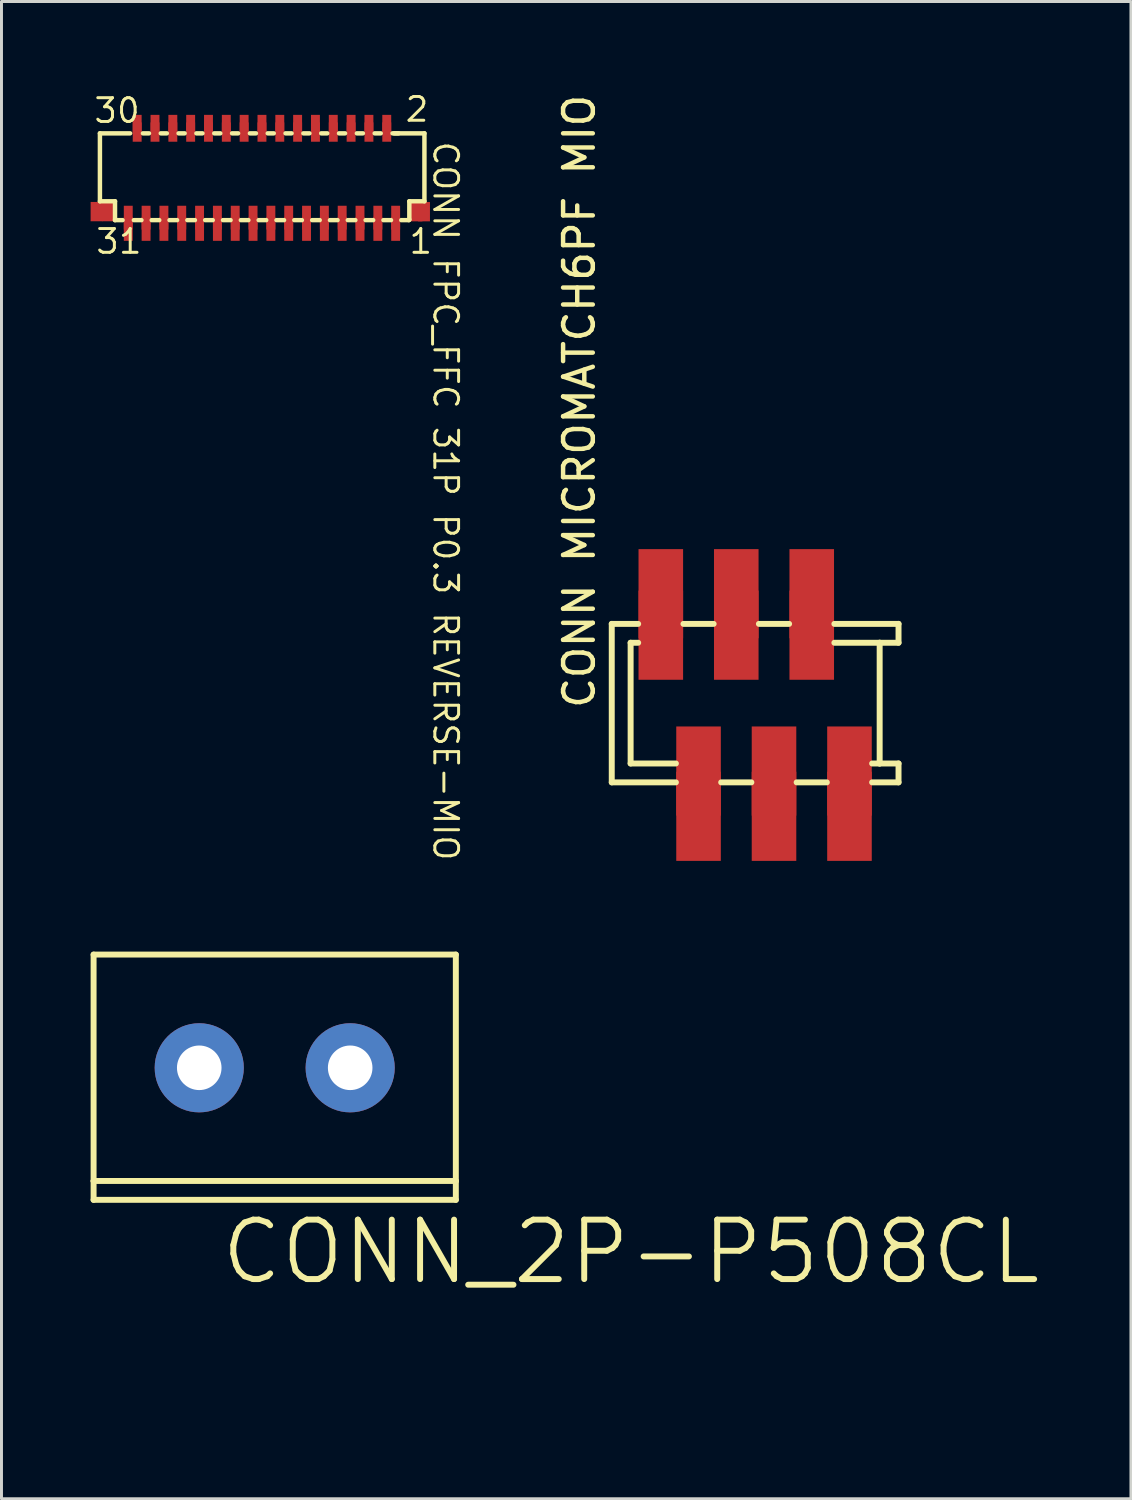
<source format=kicad_pcb>
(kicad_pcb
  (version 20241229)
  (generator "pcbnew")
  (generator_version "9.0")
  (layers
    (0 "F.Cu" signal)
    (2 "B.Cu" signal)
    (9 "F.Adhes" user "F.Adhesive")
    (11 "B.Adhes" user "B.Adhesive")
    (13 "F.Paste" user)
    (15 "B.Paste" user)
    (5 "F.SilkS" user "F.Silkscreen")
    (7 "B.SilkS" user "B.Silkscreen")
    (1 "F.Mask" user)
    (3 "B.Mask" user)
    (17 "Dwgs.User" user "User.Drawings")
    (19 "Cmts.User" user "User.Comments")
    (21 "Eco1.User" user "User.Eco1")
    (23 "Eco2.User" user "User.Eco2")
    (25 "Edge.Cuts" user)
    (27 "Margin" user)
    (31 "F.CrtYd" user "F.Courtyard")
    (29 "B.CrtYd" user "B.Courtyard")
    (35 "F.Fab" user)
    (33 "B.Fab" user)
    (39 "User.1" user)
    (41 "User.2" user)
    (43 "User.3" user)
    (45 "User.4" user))
  (footprint "CONN_2P-P508CL"
    (layer "F.Cu")
    (at 3.656 32.889)
    (property "Reference" "CONN_2P-P508CL" (at 0.635 7.366 0) (unlocked yes) (layer "F.SilkS") (effects (font (size 2 2) (thickness 0.2)) (justify left bottom)))
    (fp_line (start -3.556 -3.81) (end 8.636 -3.81) (stroke (width 0.2) (type solid)) (layer "F.SilkS"))
    (fp_line (start -3.556 3.81) (end -3.556 -3.81) (stroke (width 0.2) (type solid)) (layer "F.SilkS"))
    (fp_line (start -3.556 3.81) (end 8.636 3.81) (stroke (width 0.2) (type solid)) (layer "F.SilkS"))
    (fp_line (start -3.556 4.445) (end -3.556 3.81) (stroke (width 0.2) (type solid)) (layer "F.SilkS"))
    (fp_line (start -3.556 4.445) (end 8.636 4.445) (stroke (width 0.2) (type solid)) (layer "F.SilkS"))
    (fp_line (start 8.636 3.81) (end 8.636 -3.81) (stroke (width 0.2) (type solid)) (layer "F.SilkS"))
    (fp_line (start 8.636 4.445) (end 8.636 3.81) (stroke (width 0.2) (type solid)) (layer "F.SilkS"))
    (fp_line (start -3.556 -3.81) (end 8.636 -3.81) (stroke (width 0.15) (type solid)) (layer "User.2"))
    (fp_line (start -3.556 4.318) (end -3.556 -3.81) (stroke (width 0.15) (type solid)) (layer "User.2"))
    (fp_line (start -3.556 10.16) (end 8.636 10.16) (stroke (width 0.15) (type solid)) (layer "User.2"))
    (fp_line (start -3.556 11.43) (end -3.556 4.318) (stroke (width 0.15) (type solid)) (layer "User.2"))
    (fp_line (start -3.556 11.43) (end 8.636 11.43) (stroke (width 0.15) (type solid)) (layer "User.2"))
    (fp_line (start 8.636 11.43) (end 8.636 -3.81) (stroke (width 0.15) (type solid)) (layer "User.2"))
    (fp_rect (start -1.397 1.397) (end 1.397 -1.397) (stroke (width 0.1) (type default)) (fill no) (layer "User.2"))
    (fp_rect (start 3.683 1.397) (end 6.477 -1.397) (stroke (width 0.1) (type default)) (fill no) (layer "User.2"))
    (fp_poly (pts (xy -0.762 10.16) (xy 0.635 10.16) (xy 0.635 11.43)) (stroke (width 0.1) (type default)) (fill no) (layer "User.2"))
    (fp_poly (pts (xy 4.318 10.16) (xy 5.715 10.16) (xy 5.715 11.43)) (stroke (width 0.1) (type default)) (fill no) (layer "User.2"))
    (pad "1" thru_hole circle (at 0 0) (size 3 3) (drill 1.5) (layers "*.Cu" "*.Mask"))
    (pad "2" thru_hole circle (at 5.08 0) (size 3 3) (drill 1.5) (layers "*.Cu" "*.Mask")))
  (footprint "CONN FPC_FFC 31P P0.3 REVERSE-MIO"
    (layer "F.Cu")
    (at 10.267 4.275)
    (property "Reference" "CONN FPC_FFC 31P P0.3 REVERSE-MIO" (at 1.215 -2.626 270) (unlocked yes) (layer "F.SilkS") (effects (font (size 0.8 0.8) (thickness 0.1)) (justify left bottom)))
    (fp_line (start -9.954 -2.837) (end -9.954 -0.551) (stroke (width 0.15) (type solid)) (layer "F.SilkS"))
    (fp_line (start -9.954 -2.837) (end -8.938 -2.837) (stroke (width 0.15) (type solid)) (layer "F.SilkS"))
    (fp_line (start -9.954 -0.551) (end -9.446 -0.551) (stroke (width 0.15) (type solid)) (layer "F.SilkS"))
    (fp_line (start -9.446 -0.551) (end -9.446 0.084) (stroke (width 0.15) (type solid)) (layer "F.SilkS"))
    (fp_line (start -9.446 0.084) (end -9.192 0.084) (stroke (width 0.15) (type solid)) (layer "F.SilkS"))
    (fp_line (start -8.811 0.084) (end -8.557 0.084) (stroke (width 0.15) (type solid)) (layer "F.SilkS"))
    (fp_line (start -8.506 -2.837) (end -8.303 -2.837) (stroke (width 0.15) (type solid)) (layer "F.SilkS"))
    (fp_line (start -8.211 0.084) (end -7.957 0.084) (stroke (width 0.15) (type solid)) (layer "F.SilkS"))
    (fp_line (start -7.906 -2.837) (end -7.703 -2.837) (stroke (width 0.15) (type solid)) (layer "F.SilkS"))
    (fp_line (start -7.611 0.084) (end -7.357 0.084) (stroke (width 0.15) (type solid)) (layer "F.SilkS"))
    (fp_line (start -7.306 -2.837) (end -7.103 -2.837) (stroke (width 0.15) (type solid)) (layer "F.SilkS"))
    (fp_line (start -7.011 0.084) (end -6.757 0.084) (stroke (width 0.15) (type solid)) (layer "F.SilkS"))
    (fp_line (start -6.706 -2.837) (end -6.503 -2.837) (stroke (width 0.15) (type solid)) (layer "F.SilkS"))
    (fp_line (start -6.411 0.084) (end -6.157 0.084) (stroke (width 0.15) (type solid)) (layer "F.SilkS"))
    (fp_line (start -6.106 -2.837) (end -5.903 -2.837) (stroke (width 0.15) (type solid)) (layer "F.SilkS"))
    (fp_line (start -5.811 0.084) (end -5.557 0.084) (stroke (width 0.15) (type solid)) (layer "F.SilkS"))
    (fp_line (start -5.506 -2.837) (end -5.303 -2.837) (stroke (width 0.15) (type solid)) (layer "F.SilkS"))
    (fp_line (start -5.211 0.084) (end -4.957 0.084) (stroke (width 0.15) (type solid)) (layer "F.SilkS"))
    (fp_line (start -4.906 -2.837) (end -4.703 -2.837) (stroke (width 0.15) (type solid)) (layer "F.SilkS"))
    (fp_line (start -4.611 0.084) (end -4.357 0.084) (stroke (width 0.15) (type solid)) (layer "F.SilkS"))
    (fp_line (start -4.306 -2.837) (end -4.103 -2.837) (stroke (width 0.15) (type solid)) (layer "F.SilkS"))
    (fp_line (start -4.011 0.084) (end -3.757 0.084) (stroke (width 0.15) (type solid)) (layer "F.SilkS"))
    (fp_line (start -3.706 -2.837) (end -3.503 -2.837) (stroke (width 0.15) (type solid)) (layer "F.SilkS"))
    (fp_line (start -3.411 0.084) (end -3.157 0.084) (stroke (width 0.15) (type solid)) (layer "F.SilkS"))
    (fp_line (start -3.106 -2.837) (end -2.903 -2.837) (stroke (width 0.15) (type solid)) (layer "F.SilkS"))
    (fp_line (start -2.811 0.084) (end -2.557 0.084) (stroke (width 0.15) (type solid)) (layer "F.SilkS"))
    (fp_line (start -2.506 -2.837) (end -2.303 -2.837) (stroke (width 0.15) (type solid)) (layer "F.SilkS"))
    (fp_line (start -2.211 0.084) (end -1.957 0.084) (stroke (width 0.15) (type solid)) (layer "F.SilkS"))
    (fp_line (start -1.906 -2.837) (end -1.703 -2.837) (stroke (width 0.15) (type solid)) (layer "F.SilkS"))
    (fp_line (start -1.611 0.084) (end -1.357 0.084) (stroke (width 0.15) (type solid)) (layer "F.SilkS"))
    (fp_line (start -1.306 -2.837) (end -1.103 -2.837) (stroke (width 0.15) (type solid)) (layer "F.SilkS"))
    (fp_line (start -1.011 0.084) (end -0.757 0.084) (stroke (width 0.15) (type solid)) (layer "F.SilkS"))
    (fp_line (start -0.706 -2.837) (end -0.503 -2.837) (stroke (width 0.15) (type solid)) (layer "F.SilkS"))
    (fp_line (start -0.411 0.084) (end -0.157 0.084) (stroke (width 0.15) (type solid)) (layer "F.SilkS"))
    (fp_line (start -0.106 -2.837) (end 0.097 -2.837) (stroke (width 0.15) (type solid)) (layer "F.SilkS"))
    (fp_line (start -0.048 -2.837) (end 0.968 -2.837) (stroke (width 0.15) (type solid)) (layer "F.SilkS"))
    (fp_line (start 0.189 0.084) (end 0.443 0.084) (stroke (width 0.15) (type solid)) (layer "F.SilkS"))
    (fp_line (start 0.46 -0.551) (end 0.46 0.067) (stroke (width 0.15) (type solid)) (layer "F.SilkS"))
    (fp_line (start 0.46 -0.551) (end 0.968 -0.551) (stroke (width 0.15) (type solid)) (layer "F.SilkS"))
    (fp_line (start 0.46 0.067) (end 0.443 0.084) (stroke (width 0.15) (type solid)) (layer "F.SilkS"))
    (fp_line (start 0.968 -2.837) (end 0.968 -0.551) (stroke (width 0.15) (type solid)) (layer "F.SilkS"))
    (fp_text user "1" (at 0.398 1.27 0) (unlocked yes) (layer "F.SilkS") (effects (font (size 0.8 0.8) (thickness 0.1)) (justify left bottom)))
    (fp_text user "2" (at 0.271 -3.175 0) (unlocked yes) (layer "F.SilkS") (effects (font (size 0.8 0.8) (thickness 0.1)) (justify left bottom)))
    (fp_text user "31" (at -10.143 1.27 0) (unlocked yes) (layer "F.SilkS") (effects (font (size 0.8 0.8) (thickness 0.1)) (justify left bottom)))
    (fp_text user "30" (at -10.206 -3.134 0) (unlocked yes) (layer "F.SilkS") (effects (font (size 0.8 0.8) (thickness 0.1)) (justify left bottom)))
    (pad "0" smd rect (at -10.067 -0.203 90) (size 0.65 0.4) (layers "F.Cu" "F.Mask" "F.Paste"))
    (pad "0" smd rect (at -9.686 -0.203 90) (size 0.65 0.4) (layers "F.Cu" "F.Mask" "F.Paste"))
    (pad "0" smd rect (at 0.7 -0.2 90) (size 0.65 0.4) (layers "F.Cu" "F.Mask" "F.Paste"))
    (pad "0" smd rect (at 0.954 -0.2 90) (size 0.65 0.4) (layers "F.Cu" "F.Mask" "F.Paste"))
    (pad "1" smd rect (at 0 0 90) (size 0.8 0.3) (layers "F.Cu" "F.Mask" "F.Paste"))
    (pad "1" smd rect (at 0 0.381 90) (size 0.8 0.3) (layers "F.Cu" "F.Mask" "F.Paste"))
    (pad "2" smd rect (at -0.3 -3.134 90) (size 0.65 0.3) (layers "F.Cu" "F.Mask" "F.Paste"))
    (pad "2" smd rect (at -0.3 -2.88 90) (size 0.65 0.3) (layers "F.Cu" "F.Mask" "F.Paste"))
    (pad "3" smd rect (at -0.6 0 90) (size 0.8 0.3) (layers "F.Cu" "F.Mask" "F.Paste"))
    (pad "3" smd rect (at -0.6 0.381 90) (size 0.8 0.3) (layers "F.Cu" "F.Mask" "F.Paste"))
    (pad "4" smd rect (at -0.9 -3.134 90) (size 0.65 0.3) (layers "F.Cu" "F.Mask" "F.Paste"))
    (pad "4" smd rect (at -0.9 -2.88 90) (size 0.65 0.3) (layers "F.Cu" "F.Mask" "F.Paste"))
    (pad "5" smd rect (at -1.2 0 90) (size 0.8 0.3) (layers "F.Cu" "F.Mask" "F.Paste"))
    (pad "5" smd rect (at -1.2 0.381 90) (size 0.8 0.3) (layers "F.Cu" "F.Mask" "F.Paste"))
    (pad "6" smd rect (at -1.5 -3.134 90) (size 0.65 0.3) (layers "F.Cu" "F.Mask" "F.Paste"))
    (pad "6" smd rect (at -1.5 -2.88 90) (size 0.65 0.3) (layers "F.Cu" "F.Mask" "F.Paste"))
    (pad "7" smd rect (at -1.8 0 90) (size 0.8 0.3) (layers "F.Cu" "F.Mask" "F.Paste"))
    (pad "7" smd rect (at -1.8 0.381 90) (size 0.8 0.3) (layers "F.Cu" "F.Mask" "F.Paste"))
    (pad "8" smd rect (at -2.1 -3.134 90) (size 0.65 0.3) (layers "F.Cu" "F.Mask" "F.Paste"))
    (pad "8" smd rect (at -2.1 -2.88 90) (size 0.65 0.3) (layers "F.Cu" "F.Mask" "F.Paste"))
    (pad "9" smd rect (at -2.4 0 90) (size 0.8 0.3) (layers "F.Cu" "F.Mask" "F.Paste"))
    (pad "9" smd rect (at -2.4 0.381 90) (size 0.8 0.3) (layers "F.Cu" "F.Mask" "F.Paste"))
    (pad "10" smd rect (at -2.7 -3.134 90) (size 0.65 0.3) (layers "F.Cu" "F.Mask" "F.Paste"))
    (pad "10" smd rect (at -2.7 -2.88 90) (size 0.65 0.3) (layers "F.Cu" "F.Mask" "F.Paste"))
    (pad "11" smd rect (at -3 0 90) (size 0.8 0.3) (layers "F.Cu" "F.Mask" "F.Paste"))
    (pad "11" smd rect (at -3 0.381 90) (size 0.8 0.3) (layers "F.Cu" "F.Mask" "F.Paste"))
    (pad "12" smd rect (at -3.3 -3.134 90) (size 0.65 0.3) (layers "F.Cu" "F.Mask" "F.Paste"))
    (pad "12" smd rect (at -3.3 -2.88 90) (size 0.65 0.3) (layers "F.Cu" "F.Mask" "F.Paste"))
    (pad "13" smd rect (at -3.6 0 90) (size 0.8 0.3) (layers "F.Cu" "F.Mask" "F.Paste"))
    (pad "13" smd rect (at -3.6 0.381 90) (size 0.8 0.3) (layers "F.Cu" "F.Mask" "F.Paste"))
    (pad "14" smd rect (at -3.9 -3.134 90) (size 0.65 0.3) (layers "F.Cu" "F.Mask" "F.Paste"))
    (pad "14" smd rect (at -3.9 -2.88 90) (size 0.65 0.3) (layers "F.Cu" "F.Mask" "F.Paste"))
    (pad "15" smd rect (at -4.2 0 90) (size 0.8 0.3) (layers "F.Cu" "F.Mask" "F.Paste"))
    (pad "15" smd rect (at -4.2 0.381 90) (size 0.8 0.3) (layers "F.Cu" "F.Mask" "F.Paste"))
    (pad "16" smd rect (at -4.5 -3.134 90) (size 0.65 0.3) (layers "F.Cu" "F.Mask" "F.Paste"))
    (pad "16" smd rect (at -4.5 -2.88 90) (size 0.65 0.3) (layers "F.Cu" "F.Mask" "F.Paste"))
    (pad "17" smd rect (at -4.8 0 90) (size 0.8 0.3) (layers "F.Cu" "F.Mask" "F.Paste"))
    (pad "17" smd rect (at -4.8 0.381 90) (size 0.8 0.3) (layers "F.Cu" "F.Mask" "F.Paste"))
    (pad "18" smd rect (at -5.1 -3.134 90) (size 0.65 0.3) (layers "F.Cu" "F.Mask" "F.Paste"))
    (pad "18" smd rect (at -5.1 -2.88 90) (size 0.65 0.3) (layers "F.Cu" "F.Mask" "F.Paste"))
    (pad "19" smd rect (at -5.4 0 90) (size 0.8 0.3) (layers "F.Cu" "F.Mask" "F.Paste"))
    (pad "19" smd rect (at -5.4 0.381 90) (size 0.8 0.3) (layers "F.Cu" "F.Mask" "F.Paste"))
    (pad "20" smd rect (at -5.7 -3.134 90) (size 0.65 0.3) (layers "F.Cu" "F.Mask" "F.Paste"))
    (pad "20" smd rect (at -5.7 -2.88 90) (size 0.65 0.3) (layers "F.Cu" "F.Mask" "F.Paste"))
    (pad "21" smd rect (at -6 0 90) (size 0.8 0.3) (layers "F.Cu" "F.Mask" "F.Paste"))
    (pad "21" smd rect (at -6 0.381 90) (size 0.8 0.3) (layers "F.Cu" "F.Mask" "F.Paste"))
    (pad "22" smd rect (at -6.3 -3.134 90) (size 0.65 0.3) (layers "F.Cu" "F.Mask" "F.Paste"))
    (pad "22" smd rect (at -6.3 -2.88 90) (size 0.65 0.3) (layers "F.Cu" "F.Mask" "F.Paste"))
    (pad "23" smd rect (at -6.6 0 90) (size 0.8 0.3) (layers "F.Cu" "F.Mask" "F.Paste"))
    (pad "23" smd rect (at -6.6 0.381 90) (size 0.8 0.3) (layers "F.Cu" "F.Mask" "F.Paste"))
    (pad "24" smd rect (at -6.9 -3.134 90) (size 0.65 0.3) (layers "F.Cu" "F.Mask" "F.Paste"))
    (pad "24" smd rect (at -6.9 -2.88 90) (size 0.65 0.3) (layers "F.Cu" "F.Mask" "F.Paste"))
    (pad "25" smd rect (at -7.2 0 90) (size 0.8 0.3) (layers "F.Cu" "F.Mask" "F.Paste"))
    (pad "25" smd rect (at -7.2 0.381 90) (size 0.8 0.3) (layers "F.Cu" "F.Mask" "F.Paste"))
    (pad "26" smd rect (at -7.5 -3.134 90) (size 0.65 0.3) (layers "F.Cu" "F.Mask" "F.Paste"))
    (pad "26" smd rect (at -7.5 -2.88 90) (size 0.65 0.3) (layers "F.Cu" "F.Mask" "F.Paste"))
    (pad "27" smd rect (at -7.8 0 90) (size 0.8 0.3) (layers "F.Cu" "F.Mask" "F.Paste"))
    (pad "27" smd rect (at -7.8 0.381 90) (size 0.8 0.3) (layers "F.Cu" "F.Mask" "F.Paste"))
    (pad "28" smd rect (at -8.1 -3.134 90) (size 0.65 0.3) (layers "F.Cu" "F.Mask" "F.Paste"))
    (pad "28" smd rect (at -8.1 -2.88 90) (size 0.65 0.3) (layers "F.Cu" "F.Mask" "F.Paste"))
    (pad "29" smd rect (at -8.4 0 90) (size 0.8 0.3) (layers "F.Cu" "F.Mask" "F.Paste"))
    (pad "29" smd rect (at -8.4 0.381 90) (size 0.8 0.3) (layers "F.Cu" "F.Mask" "F.Paste"))
    (pad "30" smd rect (at -8.7 -3.134 90) (size 0.65 0.3) (layers "F.Cu" "F.Mask" "F.Paste"))
    (pad "30" smd rect (at -8.7 -2.88 90) (size 0.65 0.3) (layers "F.Cu" "F.Mask" "F.Paste"))
    (pad "31" smd rect (at -9 0 90) (size 0.8 0.3) (layers "F.Cu" "F.Mask" "F.Paste"))
    (pad "31" smd rect (at -9 0.381 90) (size 0.8 0.3) (layers "F.Cu" "F.Mask" "F.Paste")))
  (footprint "CONN MICROMATCH6PF MIO"
    (layer "F.Cu")
    (at 25.541 22.901)
    (property "Reference" "CONN MICROMATCH6PF MIO" (at -8.509 -2.032 90) (unlocked yes) (layer "F.SilkS") (effects (font (size 1 1) (thickness 0.15)) (justify left bottom)))
    (fp_line (start -8.001 -4.953) (end -7.112 -4.953) (stroke (width 0.2) (type solid)) (layer "F.SilkS"))
    (fp_line (start -8.001 0.381) (end -8.001 -4.953) (stroke (width 0.2) (type solid)) (layer "F.SilkS"))
    (fp_line (start -8.001 0.381) (end -5.842 0.381) (stroke (width 0.2) (type solid)) (layer "F.SilkS"))
    (fp_line (start -7.366 -4.318) (end -7.112 -4.318) (stroke (width 0.2) (type solid)) (layer "F.SilkS"))
    (fp_line (start -7.366 -0.254) (end -7.366 -4.318) (stroke (width 0.2) (type solid)) (layer "F.SilkS"))
    (fp_line (start -7.366 -0.254) (end -5.842 -0.254) (stroke (width 0.2) (type solid)) (layer "F.SilkS"))
    (fp_line (start -5.588 -4.953) (end -4.572 -4.953) (stroke (width 0.2) (type solid)) (layer "F.SilkS"))
    (fp_line (start -4.318 0.381) (end -3.302 0.381) (stroke (width 0.2) (type solid)) (layer "F.SilkS"))
    (fp_line (start -3.048 -4.953) (end -2.032 -4.953) (stroke (width 0.2) (type solid)) (layer "F.SilkS"))
    (fp_line (start -1.778 0.381) (end -0.762 0.381) (stroke (width 0.2) (type solid)) (layer "F.SilkS"))
    (fp_line (start -0.508 -4.953) (end 1.651 -4.953) (stroke (width 0.2) (type solid)) (layer "F.SilkS"))
    (fp_line (start -0.508 -4.318) (end 1.016 -4.318) (stroke (width 0.2) (type solid)) (layer "F.SilkS"))
    (fp_line (start 0.762 -0.254) (end 1.016 -0.254) (stroke (width 0.2) (type solid)) (layer "F.SilkS"))
    (fp_line (start 0.762 0.381) (end 1.651 0.381) (stroke (width 0.2) (type solid)) (layer "F.SilkS"))
    (fp_line (start 1.016 -4.318) (end 1.651 -4.318) (stroke (width 0.2) (type solid)) (layer "F.SilkS"))
    (fp_line (start 1.016 -0.254) (end 1.016 -4.318) (stroke (width 0.2) (type solid)) (layer "F.SilkS"))
    (fp_line (start 1.016 -0.254) (end 1.651 -0.254) (stroke (width 0.2) (type solid)) (layer "F.SilkS"))
    (fp_line (start 1.651 -4.318) (end 1.651 -4.953) (stroke (width 0.2) (type solid)) (layer "F.SilkS"))
    (fp_line (start 1.651 0.381) (end 1.651 -0.254) (stroke (width 0.2) (type solid)) (layer "F.SilkS"))
    (pad "1" smd rect (at 0 0 90) (size 3 1.5) (layers "F.Cu" "F.Mask" "F.Paste"))
    (pad "1" smd rect (at 0 1.524 90) (size 3 1.5) (layers "F.Cu" "F.Mask" "F.Paste"))
    (pad "2" smd rect (at -1.27 -5.969 90) (size 3 1.5) (layers "F.Cu" "F.Mask" "F.Paste"))
    (pad "2" smd rect (at -1.27 -4.572 90) (size 3 1.5) (layers "F.Cu" "F.Mask" "F.Paste"))
    (pad "3" smd rect (at -2.54 0 90) (size 3 1.5) (layers "F.Cu" "F.Mask" "F.Paste"))
    (pad "3" smd rect (at -2.54 1.524 90) (size 3 1.5) (layers "F.Cu" "F.Mask" "F.Paste"))
    (pad "4" smd rect (at -3.81 -5.969 90) (size 3 1.5) (layers "F.Cu" "F.Mask" "F.Paste"))
    (pad "4" smd rect (at -3.81 -4.572 90) (size 3 1.5) (layers "F.Cu" "F.Mask" "F.Paste"))
    (pad "5" smd rect (at -5.08 0 90) (size 3 1.5) (layers "F.Cu" "F.Mask" "F.Paste"))
    (pad "5" smd rect (at -5.08 1.524 90) (size 3 1.5) (layers "F.Cu" "F.Mask" "F.Paste"))
    (pad "6" smd rect (at -6.35 -5.969 90) (size 3 1.5) (layers "F.Cu" "F.Mask" "F.Paste"))
    (pad "6" smd rect (at -6.35 -4.572 90) (size 3 1.5) (layers "F.Cu" "F.Mask" "F.Paste")))
  (gr_rect
    (start -3 -3)
    (end 35.015 47.394)
    (stroke (width 0.1) (type default))
    (fill no)
    (layer "Edge.Cuts")))
</source>
